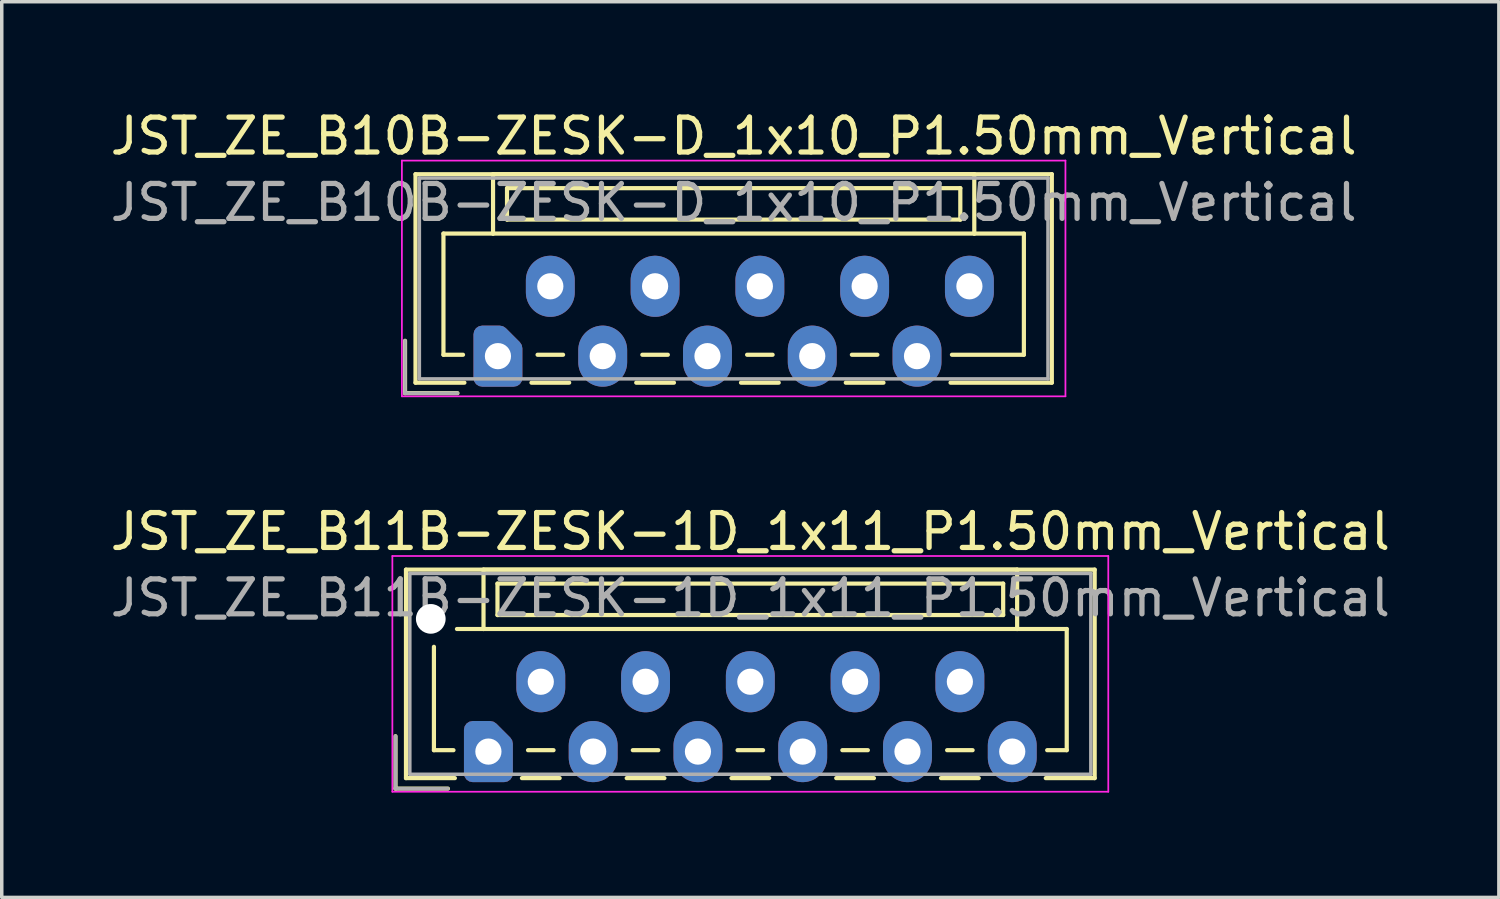
<source format=kicad_pcb>
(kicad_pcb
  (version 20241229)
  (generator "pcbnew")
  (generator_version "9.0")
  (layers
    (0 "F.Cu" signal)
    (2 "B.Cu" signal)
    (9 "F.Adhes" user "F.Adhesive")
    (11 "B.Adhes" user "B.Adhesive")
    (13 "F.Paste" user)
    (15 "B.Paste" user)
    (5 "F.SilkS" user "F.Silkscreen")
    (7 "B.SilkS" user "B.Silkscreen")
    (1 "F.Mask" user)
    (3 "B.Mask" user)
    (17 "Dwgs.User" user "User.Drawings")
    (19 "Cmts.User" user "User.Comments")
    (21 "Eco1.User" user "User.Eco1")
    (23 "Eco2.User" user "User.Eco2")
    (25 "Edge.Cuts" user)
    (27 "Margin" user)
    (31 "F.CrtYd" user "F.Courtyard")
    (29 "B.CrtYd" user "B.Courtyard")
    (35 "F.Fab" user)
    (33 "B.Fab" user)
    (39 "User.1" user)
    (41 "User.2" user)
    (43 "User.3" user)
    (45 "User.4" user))
  (footprint "JST_ZE_B10B-ZESK-D_1x10_P1.50mm_Vertical"
    (layer "F.Cu")
    (at 11.208 7.148)
    (property "Reference" "JST_ZE_B10B-ZESK-D_1x10_P1.50mm_Vertical" (at 6.75 -6.3 0) (layer "F.SilkS") (effects (font (size 1 1) (thickness 0.15))))
    (attr through_hole)
    (fp_line (start -2.66 -0.44) (end -2.66 1.06) (stroke (width 0.12) (type solid)) (layer "F.SilkS"))
    (fp_line (start -2.66 1.06) (end -1.16 1.06) (stroke (width 0.12) (type solid)) (layer "F.SilkS"))
    (fp_line (start -2.36 -5.21) (end 15.86 -5.21) (stroke (width 0.12) (type solid)) (layer "F.SilkS"))
    (fp_line (start -2.36 0.76) (end -2.36 -5.21) (stroke (width 0.12) (type solid)) (layer "F.SilkS"))
    (fp_line (start -1.56 -3.51) (end -1.56 -0.04) (stroke (width 0.12) (type solid)) (layer "F.SilkS"))
    (fp_line (start -1.56 -0.04) (end -1 -0.04) (stroke (width 0.12) (type solid)) (layer "F.SilkS"))
    (fp_line (start -0.96 0.76) (end -2.36 0.76) (stroke (width 0.12) (type solid)) (layer "F.SilkS"))
    (fp_line (start -0.14 -5.21) (end -0.14 -3.51) (stroke (width 0.12) (type solid)) (layer "F.SilkS"))
    (fp_line (start -0.14 -3.51) (end -1.56 -3.51) (stroke (width 0.12) (type solid)) (layer "F.SilkS"))
    (fp_line (start -0.14 -3.51) (end 13.64 -3.51) (stroke (width 0.12) (type solid)) (layer "F.SilkS"))
    (fp_line (start 0.26 -4.81) (end 0.26 -3.91) (stroke (width 0.12) (type solid)) (layer "F.SilkS"))
    (fp_line (start 0.26 -3.91) (end 13.24 -3.91) (stroke (width 0.12) (type solid)) (layer "F.SilkS"))
    (fp_line (start 0.96 0.76) (end 2.04 0.76) (stroke (width 0.12) (type solid)) (layer "F.SilkS"))
    (fp_line (start 1.135 -0.04) (end 1.865 -0.04) (stroke (width 0.12) (type solid)) (layer "F.SilkS"))
    (fp_line (start 3.96 0.76) (end 5.04 0.76) (stroke (width 0.12) (type solid)) (layer "F.SilkS"))
    (fp_line (start 4.135 -0.04) (end 4.865 -0.04) (stroke (width 0.12) (type solid)) (layer "F.SilkS"))
    (fp_line (start 6.96 0.76) (end 8.04 0.76) (stroke (width 0.12) (type solid)) (layer "F.SilkS"))
    (fp_line (start 7.135 -0.04) (end 7.865 -0.04) (stroke (width 0.12) (type solid)) (layer "F.SilkS"))
    (fp_line (start 9.96 0.76) (end 11.04 0.76) (stroke (width 0.12) (type solid)) (layer "F.SilkS"))
    (fp_line (start 10.135 -0.04) (end 10.865 -0.04) (stroke (width 0.12) (type solid)) (layer "F.SilkS"))
    (fp_line (start 13.24 -4.81) (end 0.26 -4.81) (stroke (width 0.12) (type solid)) (layer "F.SilkS"))
    (fp_line (start 13.24 -3.91) (end 13.24 -4.81) (stroke (width 0.12) (type solid)) (layer "F.SilkS"))
    (fp_line (start 13.64 -5.21) (end -0.14 -5.21) (stroke (width 0.12) (type solid)) (layer "F.SilkS"))
    (fp_line (start 13.64 -3.51) (end 13.64 -5.21) (stroke (width 0.12) (type solid)) (layer "F.SilkS"))
    (fp_line (start 13.64 -3.51) (end 15.06 -3.51) (stroke (width 0.12) (type solid)) (layer "F.SilkS"))
    (fp_line (start 15.06 -3.51) (end 15.06 -0.04) (stroke (width 0.12) (type solid)) (layer "F.SilkS"))
    (fp_line (start 15.06 -0.04) (end 13 -0.04) (stroke (width 0.12) (type solid)) (layer "F.SilkS"))
    (fp_line (start 15.86 -5.21) (end 15.86 0.76) (stroke (width 0.12) (type solid)) (layer "F.SilkS"))
    (fp_line (start 15.86 0.76) (end 12.96 0.76) (stroke (width 0.12) (type solid)) (layer "F.SilkS"))
    (fp_line (start -2.75 -5.6) (end -2.75 1.15) (stroke (width 0.05) (type solid)) (layer "F.CrtYd"))
    (fp_line (start -2.75 1.15) (end 16.25 1.15) (stroke (width 0.05) (type solid)) (layer "F.CrtYd"))
    (fp_line (start 16.25 -5.6) (end -2.75 -5.6) (stroke (width 0.05) (type solid)) (layer "F.CrtYd"))
    (fp_line (start 16.25 1.15) (end 16.25 -5.6) (stroke (width 0.05) (type solid)) (layer "F.CrtYd"))
    (fp_line (start -2.66 -0.44) (end -2.66 1.06) (stroke (width 0.1) (type solid)) (layer "F.Fab"))
    (fp_line (start -2.66 1.06) (end -1.16 1.06) (stroke (width 0.1) (type solid)) (layer "F.Fab"))
    (fp_line (start -2.25 -5.1) (end -2.25 0.65) (stroke (width 0.1) (type solid)) (layer "F.Fab"))
    (fp_line (start -2.25 0.65) (end 15.75 0.65) (stroke (width 0.1) (type solid)) (layer "F.Fab"))
    (fp_line (start 15.75 -5.1) (end -2.25 -5.1) (stroke (width 0.1) (type solid)) (layer "F.Fab"))
    (fp_line (start 15.75 0.65) (end 15.75 -5.1) (stroke (width 0.1) (type solid)) (layer "F.Fab"))
    (fp_text user "${REFERENCE}" (at 6.75 -4.4 0) (layer "F.Fab") (effects (font (size 1 1) (thickness 0.15))))
    (pad "1" thru_hole custom (at 0 0) (size 1.117 1.117) (drill 0.75) (layers "*.Cu" "*.Mask") (options (anchor circle)) (primitives (gr_poly (pts (xy 0.45 -0.225) (xy 0.45 0.625) (xy -0.45 0.625) (xy -0.45 -0.625) (xy 0.05 -0.625)) (width 0.5) (fill yes))))
    (pad "2" thru_hole oval (at 1.5 -2) (size 1.4 1.75) (drill 0.75) (layers "*.Cu" "*.Mask"))
    (pad "3" thru_hole oval (at 3 0) (size 1.4 1.75) (drill 0.75) (layers "*.Cu" "*.Mask"))
    (pad "4" thru_hole oval (at 4.5 -2) (size 1.4 1.75) (drill 0.75) (layers "*.Cu" "*.Mask"))
    (pad "5" thru_hole oval (at 6 0) (size 1.4 1.75) (drill 0.75) (layers "*.Cu" "*.Mask"))
    (pad "6" thru_hole oval (at 7.5 -2) (size 1.4 1.75) (drill 0.75) (layers "*.Cu" "*.Mask"))
    (pad "7" thru_hole oval (at 9 0) (size 1.4 1.75) (drill 0.75) (layers "*.Cu" "*.Mask"))
    (pad "8" thru_hole oval (at 10.5 -2) (size 1.4 1.75) (drill 0.75) (layers "*.Cu" "*.Mask"))
    (pad "9" thru_hole oval (at 12 0) (size 1.4 1.75) (drill 0.75) (layers "*.Cu" "*.Mask"))
    (pad "10" thru_hole oval (at 13.5 -2) (size 1.4 1.75) (drill 0.75) (layers "*.Cu" "*.Mask")))
  (footprint "JST_ZE_B11B-ZESK-1D_1x11_P1.50mm_Vertical"
    (layer "F.Cu")
    (at 10.935 18.471)
    (property "Reference" "JST_ZE_B11B-ZESK-1D_1x11_P1.50mm_Vertical" (at 7.5 -6.3 0) (layer "F.SilkS") (effects (font (size 1 1) (thickness 0.15))))
    (attr through_hole)
    (fp_line (start -2.66 -0.44) (end -2.66 1.06) (stroke (width 0.12) (type solid)) (layer "F.SilkS"))
    (fp_line (start -2.66 1.06) (end -1.16 1.06) (stroke (width 0.12) (type solid)) (layer "F.SilkS"))
    (fp_line (start -2.36 -5.21) (end 17.36 -5.21) (stroke (width 0.12) (type solid)) (layer "F.SilkS"))
    (fp_line (start -2.36 0.76) (end -2.36 -5.21) (stroke (width 0.12) (type solid)) (layer "F.SilkS"))
    (fp_line (start -1.56 -3) (end -1.56 -0.04) (stroke (width 0.12) (type solid)) (layer "F.SilkS"))
    (fp_line (start -1.56 -0.04) (end -1 -0.04) (stroke (width 0.12) (type solid)) (layer "F.SilkS"))
    (fp_line (start -0.96 0.76) (end -2.36 0.76) (stroke (width 0.12) (type solid)) (layer "F.SilkS"))
    (fp_line (start -0.14 -5.21) (end -0.14 -3.51) (stroke (width 0.12) (type solid)) (layer "F.SilkS"))
    (fp_line (start -0.14 -3.51) (end -0.9 -3.51) (stroke (width 0.12) (type solid)) (layer "F.SilkS"))
    (fp_line (start -0.14 -3.51) (end 15.14 -3.51) (stroke (width 0.12) (type solid)) (layer "F.SilkS"))
    (fp_line (start 0.26 -4.81) (end 0.26 -3.91) (stroke (width 0.12) (type solid)) (layer "F.SilkS"))
    (fp_line (start 0.26 -3.91) (end 14.74 -3.91) (stroke (width 0.12) (type solid)) (layer "F.SilkS"))
    (fp_line (start 0.96 0.76) (end 2.04 0.76) (stroke (width 0.12) (type solid)) (layer "F.SilkS"))
    (fp_line (start 1.135 -0.04) (end 1.865 -0.04) (stroke (width 0.12) (type solid)) (layer "F.SilkS"))
    (fp_line (start 3.96 0.76) (end 5.04 0.76) (stroke (width 0.12) (type solid)) (layer "F.SilkS"))
    (fp_line (start 4.135 -0.04) (end 4.865 -0.04) (stroke (width 0.12) (type solid)) (layer "F.SilkS"))
    (fp_line (start 6.96 0.76) (end 8.04 0.76) (stroke (width 0.12) (type solid)) (layer "F.SilkS"))
    (fp_line (start 7.135 -0.04) (end 7.865 -0.04) (stroke (width 0.12) (type solid)) (layer "F.SilkS"))
    (fp_line (start 9.96 0.76) (end 11.04 0.76) (stroke (width 0.12) (type solid)) (layer "F.SilkS"))
    (fp_line (start 10.135 -0.04) (end 10.865 -0.04) (stroke (width 0.12) (type solid)) (layer "F.SilkS"))
    (fp_line (start 12.96 0.76) (end 14.04 0.76) (stroke (width 0.12) (type solid)) (layer "F.SilkS"))
    (fp_line (start 13.135 -0.04) (end 13.865 -0.04) (stroke (width 0.12) (type solid)) (layer "F.SilkS"))
    (fp_line (start 14.74 -4.81) (end 0.26 -4.81) (stroke (width 0.12) (type solid)) (layer "F.SilkS"))
    (fp_line (start 14.74 -3.91) (end 14.74 -4.81) (stroke (width 0.12) (type solid)) (layer "F.SilkS"))
    (fp_line (start 15.14 -5.21) (end -0.14 -5.21) (stroke (width 0.12) (type solid)) (layer "F.SilkS"))
    (fp_line (start 15.14 -3.51) (end 15.14 -5.21) (stroke (width 0.12) (type solid)) (layer "F.SilkS"))
    (fp_line (start 15.14 -3.51) (end 16.56 -3.51) (stroke (width 0.12) (type solid)) (layer "F.SilkS"))
    (fp_line (start 16.56 -3.51) (end 16.56 -0.04) (stroke (width 0.12) (type solid)) (layer "F.SilkS"))
    (fp_line (start 16.56 -0.04) (end 16 -0.04) (stroke (width 0.12) (type solid)) (layer "F.SilkS"))
    (fp_line (start 17.36 -5.21) (end 17.36 0.76) (stroke (width 0.12) (type solid)) (layer "F.SilkS"))
    (fp_line (start 17.36 0.76) (end 15.96 0.76) (stroke (width 0.12) (type solid)) (layer "F.SilkS"))
    (fp_line (start -2.75 -5.6) (end -2.75 1.15) (stroke (width 0.05) (type solid)) (layer "F.CrtYd"))
    (fp_line (start -2.75 1.15) (end 17.75 1.15) (stroke (width 0.05) (type solid)) (layer "F.CrtYd"))
    (fp_line (start 17.75 -5.6) (end -2.75 -5.6) (stroke (width 0.05) (type solid)) (layer "F.CrtYd"))
    (fp_line (start 17.75 1.15) (end 17.75 -5.6) (stroke (width 0.05) (type solid)) (layer "F.CrtYd"))
    (fp_line (start -2.66 -0.44) (end -2.66 1.06) (stroke (width 0.1) (type solid)) (layer "F.Fab"))
    (fp_line (start -2.66 1.06) (end -1.16 1.06) (stroke (width 0.1) (type solid)) (layer "F.Fab"))
    (fp_line (start -2.25 -5.1) (end -2.25 0.65) (stroke (width 0.1) (type solid)) (layer "F.Fab"))
    (fp_line (start -2.25 0.65) (end 17.25 0.65) (stroke (width 0.1) (type solid)) (layer "F.Fab"))
    (fp_line (start 17.25 -5.1) (end -2.25 -5.1) (stroke (width 0.1) (type solid)) (layer "F.Fab"))
    (fp_line (start 17.25 0.65) (end 17.25 -5.1) (stroke (width 0.1) (type solid)) (layer "F.Fab"))
    (fp_text user "${REFERENCE}" (at 7.5 -4.4 0) (layer "F.Fab") (effects (font (size 1 1) (thickness 0.15))))
    (pad "" np_thru_hole circle (at -1.65 -3.8) (size 0.85 0.85) (drill 0.85) (layers "*.Cu" "*.Mask"))
    (pad "1" thru_hole custom (at 0 0) (size 1.117 1.117) (drill 0.75) (layers "*.Cu" "*.Mask") (options (anchor circle)) (primitives (gr_poly (pts (xy 0.45 -0.225) (xy 0.45 0.625) (xy -0.45 0.625) (xy -0.45 -0.625) (xy 0.05 -0.625)) (width 0.5) (fill yes))))
    (pad "2" thru_hole oval (at 1.5 -2) (size 1.4 1.75) (drill 0.75) (layers "*.Cu" "*.Mask"))
    (pad "3" thru_hole oval (at 3 0) (size 1.4 1.75) (drill 0.75) (layers "*.Cu" "*.Mask"))
    (pad "4" thru_hole oval (at 4.5 -2) (size 1.4 1.75) (drill 0.75) (layers "*.Cu" "*.Mask"))
    (pad "5" thru_hole oval (at 6 0) (size 1.4 1.75) (drill 0.75) (layers "*.Cu" "*.Mask"))
    (pad "6" thru_hole oval (at 7.5 -2) (size 1.4 1.75) (drill 0.75) (layers "*.Cu" "*.Mask"))
    (pad "7" thru_hole oval (at 9 0) (size 1.4 1.75) (drill 0.75) (layers "*.Cu" "*.Mask"))
    (pad "8" thru_hole oval (at 10.5 -2) (size 1.4 1.75) (drill 0.75) (layers "*.Cu" "*.Mask"))
    (pad "9" thru_hole oval (at 12 0) (size 1.4 1.75) (drill 0.75) (layers "*.Cu" "*.Mask"))
    (pad "10" thru_hole oval (at 13.5 -2) (size 1.4 1.75) (drill 0.75) (layers "*.Cu" "*.Mask"))
    (pad "11" thru_hole oval (at 15 0) (size 1.4 1.75) (drill 0.75) (layers "*.Cu" "*.Mask")))
  (gr_rect
    (start -3 -3)
    (end 39.869 22.646)
    (stroke (width 0.1) (type default))
    (fill no)
    (layer "Edge.Cuts")))
</source>
